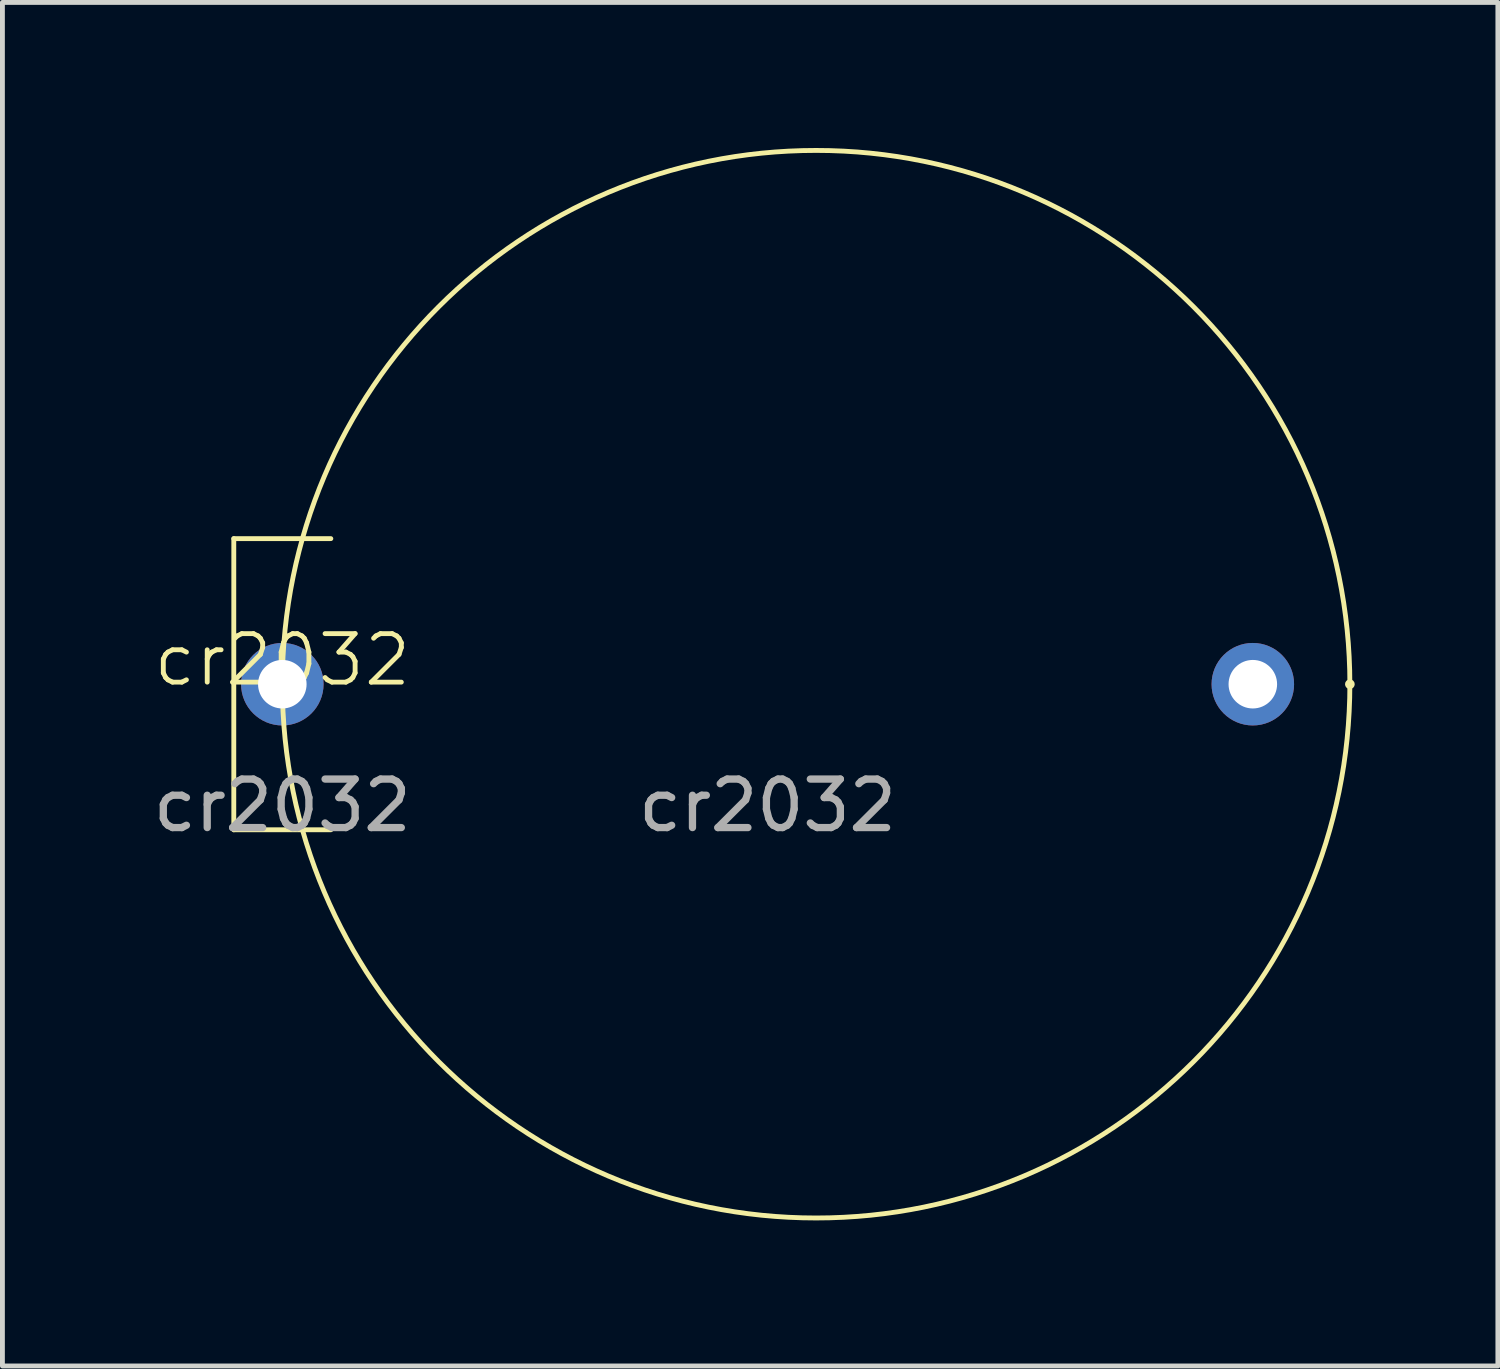
<source format=kicad_pcb>
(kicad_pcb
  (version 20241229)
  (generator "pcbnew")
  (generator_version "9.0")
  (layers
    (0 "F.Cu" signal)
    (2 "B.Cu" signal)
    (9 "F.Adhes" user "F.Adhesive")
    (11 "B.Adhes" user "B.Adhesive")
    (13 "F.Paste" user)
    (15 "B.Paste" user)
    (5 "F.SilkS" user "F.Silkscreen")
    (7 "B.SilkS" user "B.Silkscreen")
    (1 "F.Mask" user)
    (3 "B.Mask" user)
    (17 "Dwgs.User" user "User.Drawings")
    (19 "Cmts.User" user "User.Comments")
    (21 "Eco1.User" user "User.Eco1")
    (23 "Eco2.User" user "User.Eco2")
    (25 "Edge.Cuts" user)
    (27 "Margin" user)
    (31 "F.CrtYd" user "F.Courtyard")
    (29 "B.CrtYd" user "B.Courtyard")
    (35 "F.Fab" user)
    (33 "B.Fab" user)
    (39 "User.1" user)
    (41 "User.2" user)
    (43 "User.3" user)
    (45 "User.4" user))
  (footprint "cr2032"
    (layer "F.Cu")
    (at 2.768 11.05)
    (property "Reference" "cr2032" (at 0 -0.5 0) (unlocked yes) (layer "F.SilkS") (effects (font (size 1 1) (thickness 0.1))))
    (attr through_hole)
    (fp_line (start -1 -3) (end -1 3) (stroke (width 0.1) (type default)) (layer "F.SilkS"))
    (fp_line (start -1 -3) (end 1 -3) (stroke (width 0.1) (type default)) (layer "F.SilkS"))
    (fp_line (start -1 3) (end 1 3) (stroke (width 0.1) (type default)) (layer "F.SilkS"))
    (fp_circle (center 11 0) (end 22 0) (stroke (width 0.1) (type default)) (fill no) (layer "F.SilkS"))
    (fp_circle (center 22 0) (end 22 0) (stroke (width 0.1) (type default)) (fill no) (layer "F.SilkS"))
    (fp_text user "${REFERENCE}" (at 0 2.5 0) (unlocked yes) (layer "F.Fab") (effects (font (size 1 1) (thickness 0.15))))
    (fp_text user "${REFERENCE}" (at 10 2.5 0) (unlocked yes) (layer "F.Fab") (effects (font (size 1 1) (thickness 0.15))))
    (pad "1" thru_hole circle (at 0 0) (size 1.7 1.7) (drill 1) (layers "*.Cu" "*.Mask"))
    (pad "2" thru_hole circle (at 20 0) (size 1.7 1.7) (drill 1) (layers "*.Cu" "*.Mask")))
  (gr_rect
    (start -3 -3)
    (end 27.818 25.1)
    (stroke (width 0.1) (type default))
    (fill no)
    (layer "Edge.Cuts")))
</source>
